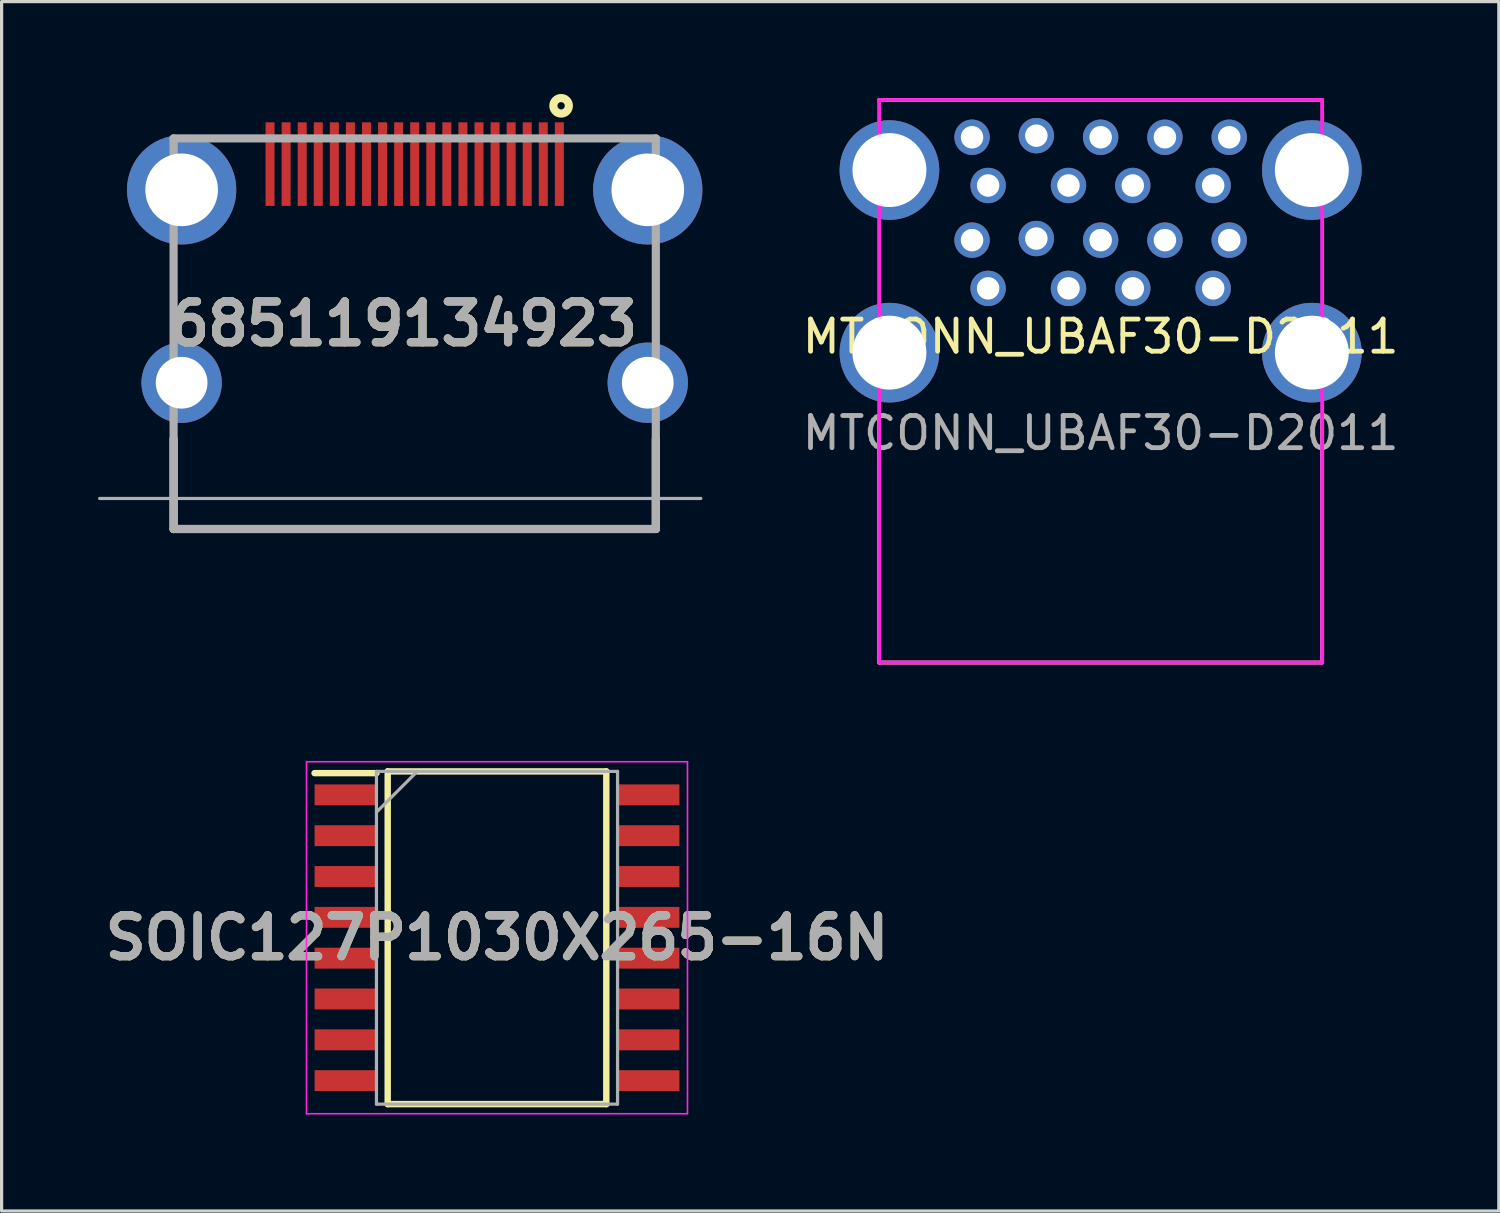
<source format=kicad_pcb>
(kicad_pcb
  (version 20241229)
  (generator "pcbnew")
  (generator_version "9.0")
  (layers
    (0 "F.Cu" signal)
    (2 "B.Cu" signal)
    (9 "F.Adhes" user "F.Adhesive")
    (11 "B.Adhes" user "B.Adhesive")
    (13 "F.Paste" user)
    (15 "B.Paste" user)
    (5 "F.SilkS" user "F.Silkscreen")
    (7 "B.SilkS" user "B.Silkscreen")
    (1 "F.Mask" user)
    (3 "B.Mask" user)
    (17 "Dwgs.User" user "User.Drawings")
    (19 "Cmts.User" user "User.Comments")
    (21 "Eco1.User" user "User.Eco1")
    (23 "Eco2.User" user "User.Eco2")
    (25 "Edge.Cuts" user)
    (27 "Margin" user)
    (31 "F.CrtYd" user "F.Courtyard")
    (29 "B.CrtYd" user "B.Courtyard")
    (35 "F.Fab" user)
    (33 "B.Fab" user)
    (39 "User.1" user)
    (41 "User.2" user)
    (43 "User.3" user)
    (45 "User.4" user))
  (footprint "SOIC127P1030X265-16N"
    (layer "F.Cu")
    (at 12.41 26.12)
    (property "Reference" "SOIC127P1030X265-16N" (at 0 0 0) (layer "F.SilkS") (effects (font (size 1.27 1.27) (thickness 0.254))))
    (attr smd)
    (fp_line (start -5.675 -5.12) (end -3.75 -5.12) (stroke (width 0.2) (type solid)) (layer "F.SilkS"))
    (fp_line (start -3.4 -5.175) (end 3.4 -5.175) (stroke (width 0.2) (type solid)) (layer "F.SilkS"))
    (fp_line (start -3.4 5.175) (end -3.4 -5.175) (stroke (width 0.2) (type solid)) (layer "F.SilkS"))
    (fp_line (start 3.4 -5.175) (end 3.4 5.175) (stroke (width 0.2) (type solid)) (layer "F.SilkS"))
    (fp_line (start 3.4 5.175) (end -3.4 5.175) (stroke (width 0.2) (type solid)) (layer "F.SilkS"))
    (fp_line (start -5.925 -5.475) (end 5.925 -5.475) (stroke (width 0.05) (type solid)) (layer "F.CrtYd"))
    (fp_line (start -5.925 5.475) (end -5.925 -5.475) (stroke (width 0.05) (type solid)) (layer "F.CrtYd"))
    (fp_line (start 5.925 -5.475) (end 5.925 5.475) (stroke (width 0.05) (type solid)) (layer "F.CrtYd"))
    (fp_line (start 5.925 5.475) (end -5.925 5.475) (stroke (width 0.05) (type solid)) (layer "F.CrtYd"))
    (fp_line (start -3.75 -5.175) (end 3.75 -5.175) (stroke (width 0.1) (type solid)) (layer "F.Fab"))
    (fp_line (start -3.75 -3.905) (end -2.48 -5.175) (stroke (width 0.1) (type solid)) (layer "F.Fab"))
    (fp_line (start -3.75 5.175) (end -3.75 -5.175) (stroke (width 0.1) (type solid)) (layer "F.Fab"))
    (fp_line (start 3.75 -5.175) (end 3.75 5.175) (stroke (width 0.1) (type solid)) (layer "F.Fab"))
    (fp_line (start 3.75 5.175) (end -3.75 5.175) (stroke (width 0.1) (type solid)) (layer "F.Fab"))
    (fp_text user "${REFERENCE}" (at 0 0 0) (layer "F.Fab") (effects (font (size 1.27 1.27) (thickness 0.254))))
    (pad "1" smd rect (at -4.712 -4.445 90) (size 0.65 1.925) (layers "F.Cu" "F.Mask" "F.Paste"))
    (pad "2" smd rect (at -4.712 -3.175 90) (size 0.65 1.925) (layers "F.Cu" "F.Mask" "F.Paste"))
    (pad "3" smd rect (at -4.712 -1.905 90) (size 0.65 1.925) (layers "F.Cu" "F.Mask" "F.Paste"))
    (pad "4" smd rect (at -4.712 -0.635 90) (size 0.65 1.925) (layers "F.Cu" "F.Mask" "F.Paste"))
    (pad "5" smd rect (at -4.712 0.635 90) (size 0.65 1.925) (layers "F.Cu" "F.Mask" "F.Paste"))
    (pad "6" smd rect (at -4.712 1.905 90) (size 0.65 1.925) (layers "F.Cu" "F.Mask" "F.Paste"))
    (pad "7" smd rect (at -4.712 3.175 90) (size 0.65 1.925) (layers "F.Cu" "F.Mask" "F.Paste"))
    (pad "8" smd rect (at -4.712 4.445 90) (size 0.65 1.925) (layers "F.Cu" "F.Mask" "F.Paste"))
    (pad "9" smd rect (at 4.712 4.445 90) (size 0.65 1.925) (layers "F.Cu" "F.Mask" "F.Paste"))
    (pad "10" smd rect (at 4.712 3.175 90) (size 0.65 1.925) (layers "F.Cu" "F.Mask" "F.Paste"))
    (pad "11" smd rect (at 4.712 1.905 90) (size 0.65 1.925) (layers "F.Cu" "F.Mask" "F.Paste"))
    (pad "12" smd rect (at 4.712 0.635 90) (size 0.65 1.925) (layers "F.Cu" "F.Mask" "F.Paste"))
    (pad "13" smd rect (at 4.712 -0.635 90) (size 0.65 1.925) (layers "F.Cu" "F.Mask" "F.Paste"))
    (pad "14" smd rect (at 4.712 -1.905 90) (size 0.65 1.925) (layers "F.Cu" "F.Mask" "F.Paste"))
    (pad "15" smd rect (at 4.712 -3.175 90) (size 0.65 1.925) (layers "F.Cu" "F.Mask" "F.Paste"))
    (pad "16" smd rect (at 4.712 -4.445 90) (size 0.65 1.925) (layers "F.Cu" "F.Mask" "F.Paste")))
  (footprint "685119134923"
    (layer "F.Cu")
    (at 9.85 1.255)
    (property "Reference" "685119134923" (at -0.362 5.767 0) (layer "F.SilkS") (effects (font (size 1.27 1.27) (thickness 0.254))))
    (attr through_hole)
    (fp_line (start -7.5 12.15) (end -7.5 9.348) (stroke (width 0.254) (type solid)) (layer "F.SilkS"))
    (fp_line (start -7.5 12.15) (end 7.5 12.15) (stroke (width 0.254) (type solid)) (layer "F.SilkS"))
    (fp_line (start 7.5 12.15) (end 7.5 9.348) (stroke (width 0.254) (type solid)) (layer "F.SilkS"))
    (fp_circle (center 4.554 -1.014) (end 4.554 -0.9) (stroke (width 0.254) (type solid)) (fill no) (layer "F.SilkS"))
    (fp_line (start -9.8 11.2) (end 8.9 11.2) (stroke (width 0.1) (type solid)) (layer "F.Fab"))
    (fp_line (start -7.5 0) (end 7.5 0) (stroke (width 0.254) (type solid)) (layer "F.Fab"))
    (fp_line (start -7.5 12.15) (end -7.5 0) (stroke (width 0.254) (type solid)) (layer "F.Fab"))
    (fp_line (start 7.5 0) (end 7.5 12.15) (stroke (width 0.254) (type solid)) (layer "F.Fab"))
    (fp_line (start 7.5 12.15) (end -7.5 12.15) (stroke (width 0.254) (type solid)) (layer "F.Fab"))
    (fp_text user "${REFERENCE}" (at -0.362 5.767 0) (layer "F.Fab") (effects (font (size 1.27 1.27) (thickness 0.254))))
    (pad "1" smd rect (at 4.5 0.8) (size 0.28 2.6) (layers "F.Cu" "F.Mask" "F.Paste"))
    (pad "2" smd rect (at 4 0.8) (size 0.28 2.6) (layers "F.Cu" "F.Mask" "F.Paste"))
    (pad "3" smd rect (at 3.5 0.8) (size 0.28 2.6) (layers "F.Cu" "F.Mask" "F.Paste"))
    (pad "4" smd rect (at 3 0.8) (size 0.28 2.6) (layers "F.Cu" "F.Mask" "F.Paste"))
    (pad "5" smd rect (at 2.5 0.8) (size 0.28 2.6) (layers "F.Cu" "F.Mask" "F.Paste"))
    (pad "6" smd rect (at 2 0.8) (size 0.28 2.6) (layers "F.Cu" "F.Mask" "F.Paste"))
    (pad "7" smd rect (at 1.5 0.8) (size 0.28 2.6) (layers "F.Cu" "F.Mask" "F.Paste"))
    (pad "8" smd rect (at 1 0.8) (size 0.28 2.6) (layers "F.Cu" "F.Mask" "F.Paste"))
    (pad "9" smd rect (at 0.5 0.8) (size 0.28 2.6) (layers "F.Cu" "F.Mask" "F.Paste"))
    (pad "10" smd rect (at 0 0.8) (size 0.28 2.6) (layers "F.Cu" "F.Mask" "F.Paste"))
    (pad "11" smd rect (at -0.5 0.8) (size 0.28 2.6) (layers "F.Cu" "F.Mask" "F.Paste"))
    (pad "12" smd rect (at -1 0.8) (size 0.28 2.6) (layers "F.Cu" "F.Mask" "F.Paste"))
    (pad "13" smd rect (at -1.5 0.8) (size 0.28 2.6) (layers "F.Cu" "F.Mask" "F.Paste"))
    (pad "14" smd rect (at -2 0.8) (size 0.28 2.6) (layers "F.Cu" "F.Mask" "F.Paste"))
    (pad "15" smd rect (at -2.5 0.8) (size 0.28 2.6) (layers "F.Cu" "F.Mask" "F.Paste"))
    (pad "16" smd rect (at -3 0.8) (size 0.28 2.6) (layers "F.Cu" "F.Mask" "F.Paste"))
    (pad "17" smd rect (at -3.5 0.8) (size 0.28 2.6) (layers "F.Cu" "F.Mask" "F.Paste"))
    (pad "18" smd rect (at -4 0.8) (size 0.28 2.6) (layers "F.Cu" "F.Mask" "F.Paste"))
    (pad "19" smd rect (at -4.5 0.8) (size 0.28 2.6) (layers "F.Cu" "F.Mask" "F.Paste"))
    (pad "20" thru_hole circle (at -7.25 1.6) (size 3.4 3.4) (drill 2.26) (layers "*.Cu" "*.Mask"))
    (pad "21" thru_hole circle (at 7.25 1.6) (size 3.4 3.4) (drill 2.26) (layers "*.Cu" "*.Mask"))
    (pad "22" thru_hole circle (at -7.25 7.6) (size 2.5 2.5) (drill 1.61) (layers "*.Cu" "*.Mask"))
    (pad "23" thru_hole circle (at 7.25 7.6) (size 2.5 2.5) (drill 1.61) (layers "*.Cu" "*.Mask")))
  (footprint "MTCONN_UBAF30-D2011"
    (layer "F.Cu")
    (at 31.187 7.92)
    (property "Reference" "MTCONN_UBAF30-D2011" (at 0 -0.5 0) (unlocked yes) (layer "F.SilkS") (effects (font (size 1 1) (thickness 0.15))))
    (attr through_hole)
    (fp_line (start -6.89 -7.86) (end 6.89 -7.86) (stroke (width 0.12) (type solid)) (layer "F.SilkS"))
    (fp_line (start -6.89 9.64) (end -6.89 2) (stroke (width 0.12) (type solid)) (layer "F.SilkS"))
    (fp_line (start -6.89 9.64) (end 6.89 9.64) (stroke (width 0.12) (type solid)) (layer "F.SilkS"))
    (fp_line (start 6.89 2) (end 6.89 9.64) (stroke (width 0.12) (type solid)) (layer "F.SilkS"))
    (fp_line (start -6.89 -7.86) (end -6.89 9.64) (stroke (width 0.12) (type solid)) (layer "F.CrtYd"))
    (fp_line (start -6.89 9.64) (end 6.89 9.64) (stroke (width 0.12) (type solid)) (layer "F.CrtYd"))
    (fp_line (start 6.89 -7.86) (end -6.89 -7.86) (stroke (width 0.12) (type solid)) (layer "F.CrtYd"))
    (fp_line (start 6.89 9.64) (end 6.89 -7.86) (stroke (width 0.12) (type solid)) (layer "F.CrtYd"))
    (fp_text user "${REFERENCE}" (at 0 2.5 0) (unlocked yes) (layer "F.Fab") (effects (font (size 1 1) (thickness 0.15))))
    (pad "10" thru_hole circle (at -6.57 -5.68) (size 3.1 3.1) (drill 2.3) (layers "*.Cu" "*.Mask"))
    (pad "10" thru_hole circle (at -6.57 0) (size 3.1 3.1) (drill 2.3) (layers "*.Cu" "*.Mask"))
    (pad "10" thru_hole circle (at 6.57 -5.68) (size 3.1 3.1) (drill 2.3) (layers "*.Cu" "*.Mask"))
    (pad "10" thru_hole circle (at 6.57 0) (size 3.1 3.1) (drill 2.3) (layers "*.Cu" "*.Mask"))
    (pad "A1" thru_hole circle (at -3.5 -2) (size 1.1 1.1) (drill 0.7) (layers "*.Cu" "*.Mask"))
    (pad "A2" thru_hole circle (at -1 -2) (size 1.1 1.1) (drill 0.7) (layers "*.Cu" "*.Mask"))
    (pad "A3" thru_hole circle (at 1 -2) (size 1.1 1.1) (drill 0.7) (layers "*.Cu" "*.Mask"))
    (pad "A4" thru_hole circle (at 3.5 -2) (size 1.1 1.1) (drill 0.7) (layers "*.Cu" "*.Mask"))
    (pad "A5" thru_hole circle (at 4 -3.5) (size 1.1 1.1) (drill 0.7) (layers "*.Cu" "*.Mask"))
    (pad "A6" thru_hole circle (at 2 -3.5) (size 1.1 1.1) (drill 0.7) (layers "*.Cu" "*.Mask"))
    (pad "A7" thru_hole circle (at 0 -3.5) (size 1.1 1.1) (drill 0.7) (layers "*.Cu" "*.Mask"))
    (pad "A8" thru_hole circle (at -2 -3.55) (size 1.1 1.1) (drill 0.7) (layers "*.Cu" "*.Mask"))
    (pad "A9" thru_hole circle (at -4 -3.5) (size 1.1 1.1) (drill 0.7) (layers "*.Cu" "*.Mask"))
    (pad "B1" thru_hole circle (at -3.5 -5.2) (size 1.1 1.1) (drill 0.7) (layers "*.Cu" "*.Mask"))
    (pad "B2" thru_hole circle (at -1 -5.2) (size 1.1 1.1) (drill 0.7) (layers "*.Cu" "*.Mask"))
    (pad "B3" thru_hole circle (at 1 -5.2) (size 1.1 1.1) (drill 0.7) (layers "*.Cu" "*.Mask"))
    (pad "B4" thru_hole circle (at 3.5 -5.2) (size 1.1 1.1) (drill 0.7) (layers "*.Cu" "*.Mask"))
    (pad "B5" thru_hole circle (at 4 -6.7) (size 1.1 1.1) (drill 0.7) (layers "*.Cu" "*.Mask"))
    (pad "B6" thru_hole circle (at 2 -6.7) (size 1.1 1.1) (drill 0.7) (layers "*.Cu" "*.Mask"))
    (pad "B7" thru_hole circle (at 0 -6.7) (size 1.1 1.1) (drill 0.7) (layers "*.Cu" "*.Mask"))
    (pad "B8" thru_hole circle (at -2 -6.75) (size 1.1 1.1) (drill 0.7) (layers "*.Cu" "*.Mask"))
    (pad "B9" thru_hole circle (at -4 -6.7) (size 1.1 1.1) (drill 0.7) (layers "*.Cu" "*.Mask")))
  (gr_rect
    (start -3 -3)
    (end 43.574 34.62)
    (stroke (width 0.1) (type default))
    (fill no)
    (layer "Edge.Cuts")))
</source>
